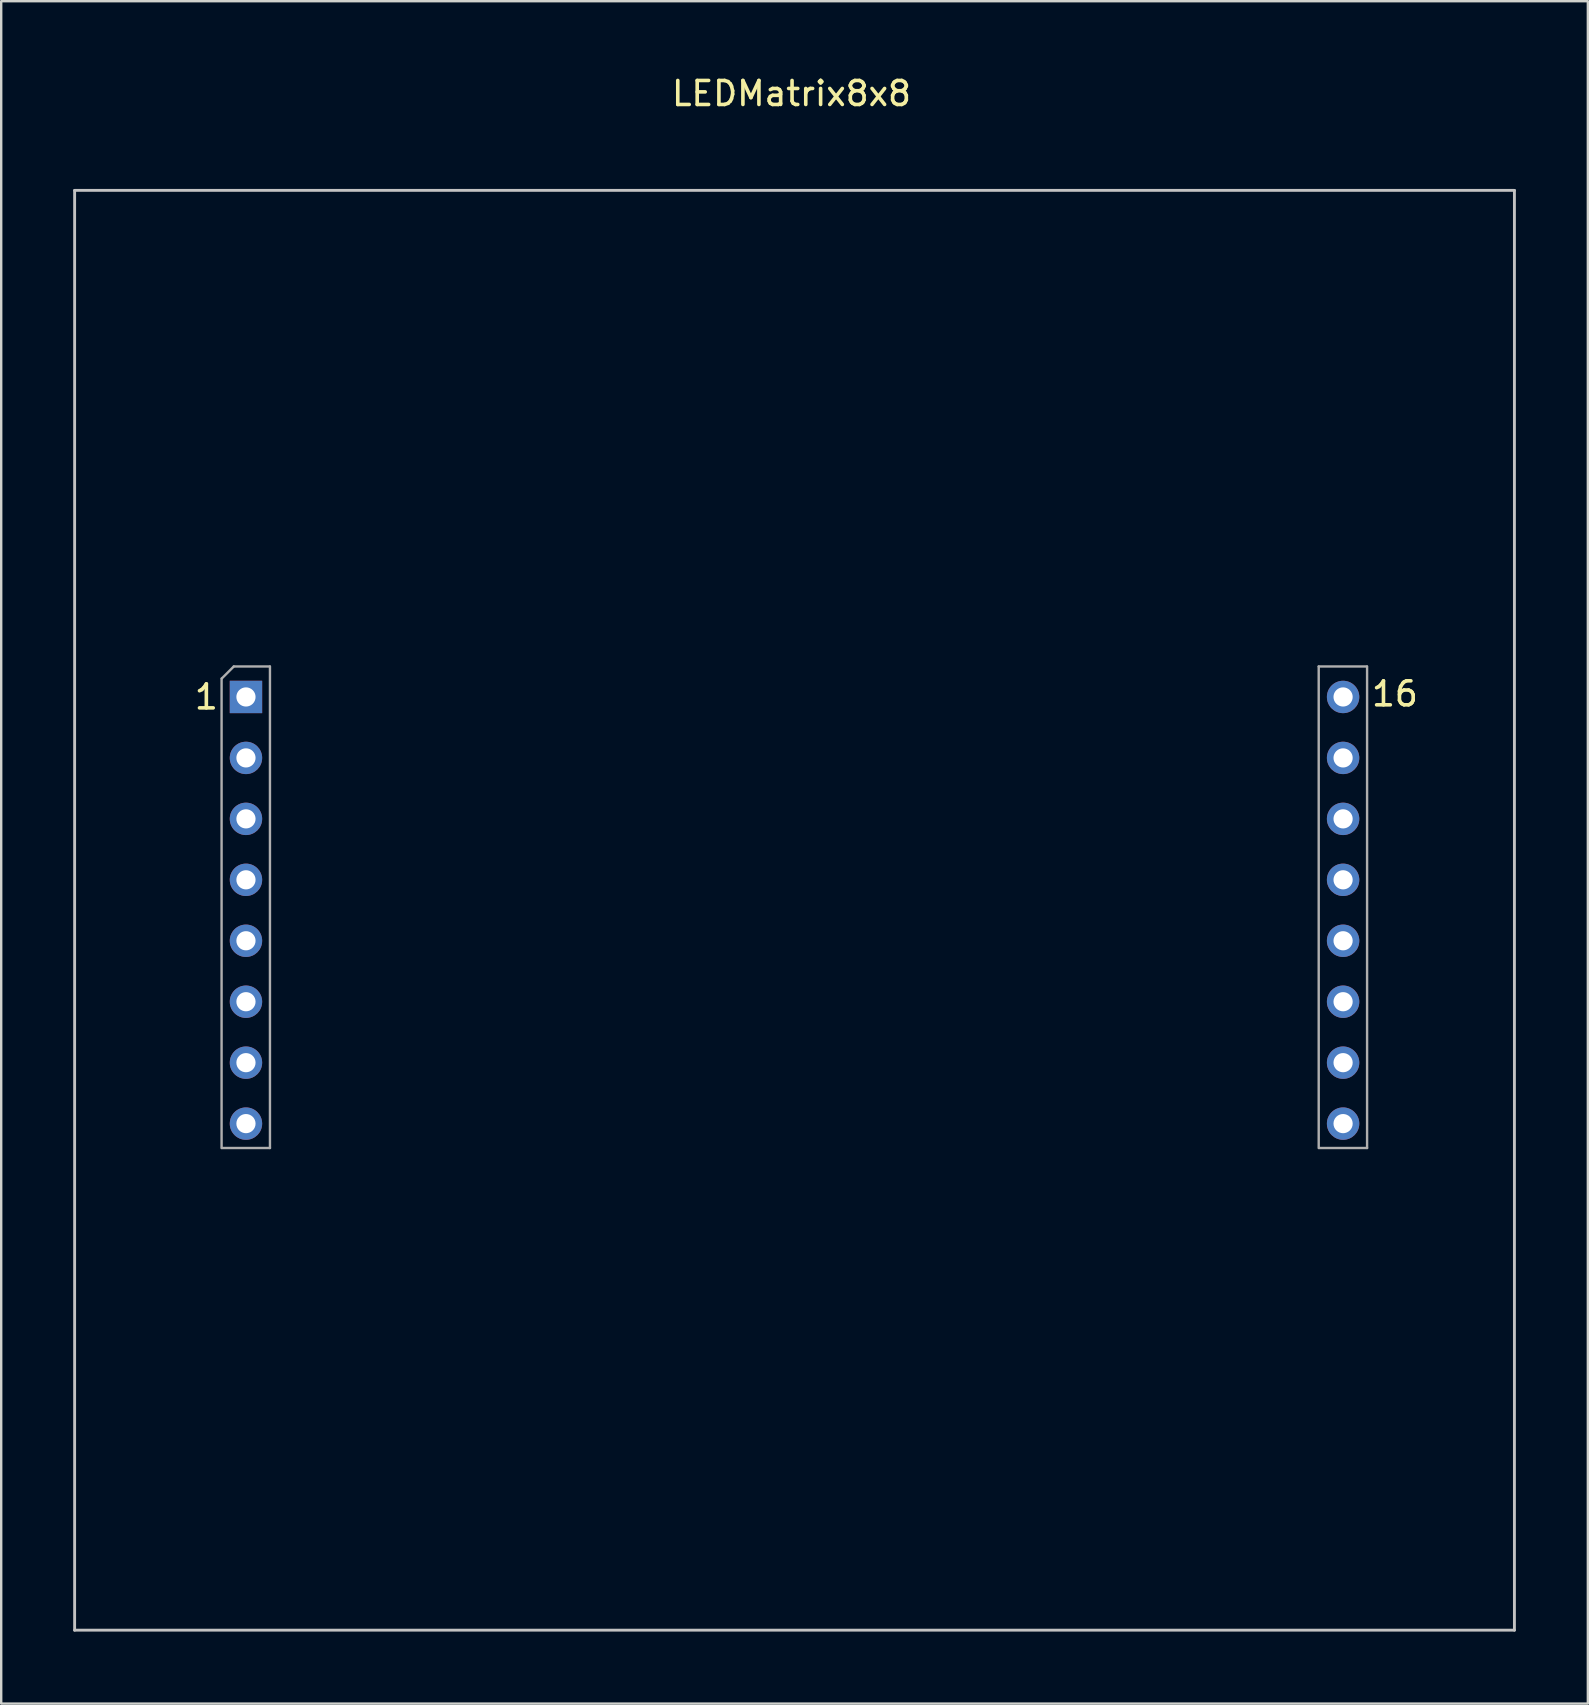
<source format=kicad_pcb>
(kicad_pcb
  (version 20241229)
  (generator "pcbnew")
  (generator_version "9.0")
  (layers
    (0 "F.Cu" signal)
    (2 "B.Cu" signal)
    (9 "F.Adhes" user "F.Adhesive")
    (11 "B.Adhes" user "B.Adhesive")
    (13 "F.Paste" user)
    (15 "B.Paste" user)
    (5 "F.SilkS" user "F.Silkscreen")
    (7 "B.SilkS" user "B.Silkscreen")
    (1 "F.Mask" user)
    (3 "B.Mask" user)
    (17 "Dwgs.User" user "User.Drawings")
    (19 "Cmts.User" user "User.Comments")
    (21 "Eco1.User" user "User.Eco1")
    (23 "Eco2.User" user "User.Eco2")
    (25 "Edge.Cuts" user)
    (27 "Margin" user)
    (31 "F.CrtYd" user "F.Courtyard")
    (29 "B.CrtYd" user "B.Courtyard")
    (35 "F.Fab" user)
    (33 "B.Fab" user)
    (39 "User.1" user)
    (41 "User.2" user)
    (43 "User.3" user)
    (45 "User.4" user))
  (footprint "LEDMatrix8x8"
    (layer "F.Cu")
    (at 30.06 34.884)
    (property "Reference" "LEDMatrix8x8" (at -0.127 -34.036 0) (layer "F.SilkS") (effects (font (size 1 1) (thickness 0.15))))
    (attr through_hole)
    (fp_line (start -30 -30) (end 30 -30) (stroke (width 0.12) (type solid)) (layer "Dwgs.User"))
    (fp_line (start -30 30) (end -30 -30) (stroke (width 0.12) (type solid)) (layer "Dwgs.User"))
    (fp_line (start -30 30) (end 30 30) (stroke (width 0.12) (type solid)) (layer "Dwgs.User"))
    (fp_line (start 30 30) (end 30 -30) (stroke (width 0.12) (type solid)) (layer "Dwgs.User"))
    (fp_line (start -23.876 9.906) (end -23.876 -9.652) (stroke (width 0.1) (type solid)) (layer "F.Fab"))
    (fp_line (start -23.868 -9.66) (end -23.368 -10.16) (stroke (width 0.1) (type solid)) (layer "F.Fab"))
    (fp_line (start -23.368 -10.16) (end -21.868 -10.16) (stroke (width 0.1) (type solid)) (layer "F.Fab"))
    (fp_line (start -21.86 -10.16) (end -21.86 9.906) (stroke (width 0.1) (type solid)) (layer "F.Fab"))
    (fp_line (start -21.86 9.906) (end -23.86 9.906) (stroke (width 0.1) (type solid)) (layer "F.Fab"))
    (fp_line (start 21.844 -10.16) (end 23.852 -10.16) (stroke (width 0.1) (type solid)) (layer "F.Fab"))
    (fp_line (start 21.844 9.906) (end 21.844 -10.16) (stroke (width 0.1) (type solid)) (layer "F.Fab"))
    (fp_line (start 23.86 -10.16) (end 23.86 9.906) (stroke (width 0.1) (type solid)) (layer "F.Fab"))
    (fp_line (start 23.86 9.906) (end 21.86 9.906) (stroke (width 0.1) (type solid)) (layer "F.Fab"))
    (fp_text user "16" (at 25.019 -9.017 0) (layer "F.SilkS") (effects (font (size 1 1) (thickness 0.15))))
    (fp_text user "1" (at -24.511 -8.89 0) (layer "F.SilkS") (effects (font (size 1 1) (thickness 0.15))))
    (pad "1" thru_hole rect (at -22.86 -8.89) (size 1.35 1.35) (drill 0.8) (layers "*.Cu" "*.Mask"))
    (pad "2" thru_hole oval (at -22.86 -6.35) (size 1.35 1.35) (drill 0.8) (layers "*.Cu" "*.Mask"))
    (pad "3" thru_hole oval (at -22.86 -3.81) (size 1.35 1.35) (drill 0.8) (layers "*.Cu" "*.Mask"))
    (pad "4" thru_hole oval (at -22.86 -1.27) (size 1.35 1.35) (drill 0.8) (layers "*.Cu" "*.Mask"))
    (pad "5" thru_hole oval (at -22.86 1.27) (size 1.35 1.35) (drill 0.8) (layers "*.Cu" "*.Mask"))
    (pad "6" thru_hole oval (at -22.86 3.81) (size 1.35 1.35) (drill 0.8) (layers "*.Cu" "*.Mask"))
    (pad "7" thru_hole oval (at -22.86 6.35) (size 1.35 1.35) (drill 0.8) (layers "*.Cu" "*.Mask"))
    (pad "8" thru_hole oval (at -22.86 8.89) (size 1.35 1.35) (drill 0.8) (layers "*.Cu" "*.Mask"))
    (pad "9" thru_hole oval (at 22.86 8.89) (size 1.35 1.35) (drill 0.8) (layers "*.Cu" "*.Mask"))
    (pad "10" thru_hole oval (at 22.86 6.35) (size 1.35 1.35) (drill 0.8) (layers "*.Cu" "*.Mask"))
    (pad "11" thru_hole oval (at 22.86 3.81) (size 1.35 1.35) (drill 0.8) (layers "*.Cu" "*.Mask"))
    (pad "12" thru_hole oval (at 22.86 1.27) (size 1.35 1.35) (drill 0.8) (layers "*.Cu" "*.Mask"))
    (pad "13" thru_hole oval (at 22.86 -1.27) (size 1.35 1.35) (drill 0.8) (layers "*.Cu" "*.Mask"))
    (pad "14" thru_hole oval (at 22.86 -3.81) (size 1.35 1.35) (drill 0.8) (layers "*.Cu" "*.Mask"))
    (pad "15" thru_hole oval (at 22.86 -6.35) (size 1.35 1.35) (drill 0.8) (layers "*.Cu" "*.Mask"))
    (pad "16" thru_hole oval (at 22.86 -8.89) (size 1.35 1.35) (drill 0.8) (layers "*.Cu" "*.Mask")))
  (gr_rect
    (start -3 -3)
    (end 63.12 67.944)
    (stroke (width 0.1) (type default))
    (fill no)
    (layer "Edge.Cuts")))
</source>
